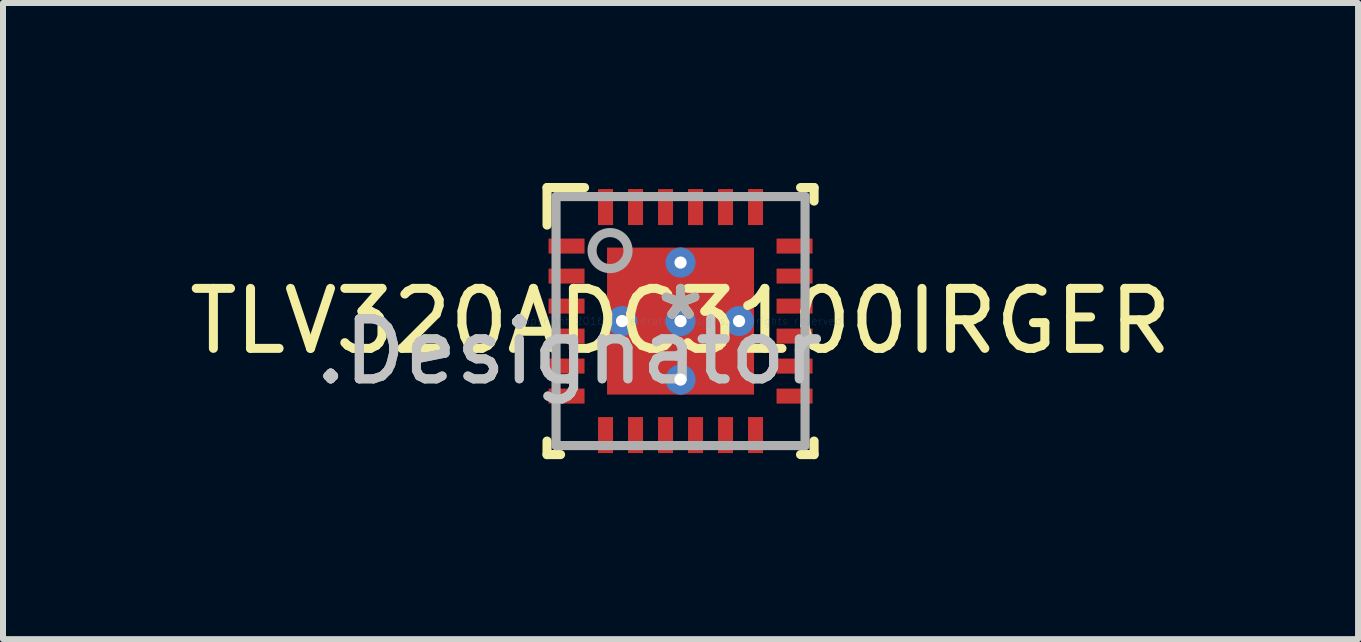
<source format=kicad_pcb>
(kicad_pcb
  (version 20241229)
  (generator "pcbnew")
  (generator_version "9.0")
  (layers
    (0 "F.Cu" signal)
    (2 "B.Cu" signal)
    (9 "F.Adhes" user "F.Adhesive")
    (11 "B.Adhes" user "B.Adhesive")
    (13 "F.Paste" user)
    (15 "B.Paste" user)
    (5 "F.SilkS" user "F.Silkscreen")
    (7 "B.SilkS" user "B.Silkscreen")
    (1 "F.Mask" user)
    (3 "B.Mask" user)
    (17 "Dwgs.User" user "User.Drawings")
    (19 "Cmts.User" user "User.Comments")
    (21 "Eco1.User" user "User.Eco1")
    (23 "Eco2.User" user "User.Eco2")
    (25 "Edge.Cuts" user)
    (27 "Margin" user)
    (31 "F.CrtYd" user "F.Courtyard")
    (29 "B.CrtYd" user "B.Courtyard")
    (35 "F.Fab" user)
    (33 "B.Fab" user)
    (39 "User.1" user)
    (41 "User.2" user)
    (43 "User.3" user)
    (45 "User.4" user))
  (footprint "TLV320ADC3100IRGER"
    (layer "F.Cu")
    (at 8.292 2.301)
    (property "Reference" "TLV320ADC3100IRGER" (at 0 0 0) (layer "F.SilkS") (effects (font (size 1 1) (thickness 0.15))))
    (attr through_hole)
    (fp_line (start -2.225 -2.225) (end -1.6 -2.225) (stroke (width 0.152) (type solid)) (layer "F.SilkS"))
    (fp_line (start -2.225 -1.6) (end -2.225 -2.225) (stroke (width 0.152) (type solid)) (layer "F.SilkS"))
    (fp_line (start -2.225 2.225) (end -2.225 2) (stroke (width 0.152) (type solid)) (layer "F.SilkS"))
    (fp_line (start -2.225 2.225) (end -2 2.225) (stroke (width 0.152) (type solid)) (layer "F.SilkS"))
    (fp_line (start 2 -2.225) (end 2.225 -2.225) (stroke (width 0.152) (type solid)) (layer "F.SilkS"))
    (fp_line (start 2 2.225) (end 2.225 2.225) (stroke (width 0.152) (type solid)) (layer "F.SilkS"))
    (fp_line (start 2.225 -2) (end 2.225 -2.225) (stroke (width 0.152) (type solid)) (layer "F.SilkS"))
    (fp_line (start 2.225 2.225) (end 2.225 2) (stroke (width 0.152) (type solid)) (layer "F.SilkS"))
    (fp_line (start -1.18 -1.131) (end -1.179 -1.141) (stroke (width 0.152) (type solid)) (layer "F.Paste"))
    (fp_line (start -1.18 -0.149) (end -1.18 -1.131) (stroke (width 0.152) (type solid)) (layer "F.Paste"))
    (fp_line (start -1.18 0.149) (end -1.179 0.139) (stroke (width 0.152) (type solid)) (layer "F.Paste"))
    (fp_line (start -1.18 1.131) (end -1.18 0.149) (stroke (width 0.152) (type solid)) (layer "F.Paste"))
    (fp_line (start -1.179 -1.141) (end -1.176 -1.15) (stroke (width 0.152) (type solid)) (layer "F.Paste"))
    (fp_line (start -1.179 -0.139) (end -1.18 -0.149) (stroke (width 0.152) (type solid)) (layer "F.Paste"))
    (fp_line (start -1.179 0.139) (end -1.176 0.13) (stroke (width 0.152) (type solid)) (layer "F.Paste"))
    (fp_line (start -1.179 1.141) (end -1.18 1.131) (stroke (width 0.152) (type solid)) (layer "F.Paste"))
    (fp_line (start -1.176 -1.15) (end -1.172 -1.158) (stroke (width 0.152) (type solid)) (layer "F.Paste"))
    (fp_line (start -1.176 -0.13) (end -1.179 -0.139) (stroke (width 0.152) (type solid)) (layer "F.Paste"))
    (fp_line (start -1.176 0.13) (end -1.172 0.122) (stroke (width 0.152) (type solid)) (layer "F.Paste"))
    (fp_line (start -1.176 1.15) (end -1.179 1.141) (stroke (width 0.152) (type solid)) (layer "F.Paste"))
    (fp_line (start -1.172 -1.158) (end -1.166 -1.166) (stroke (width 0.152) (type solid)) (layer "F.Paste"))
    (fp_line (start -1.172 -0.122) (end -1.176 -0.13) (stroke (width 0.152) (type solid)) (layer "F.Paste"))
    (fp_line (start -1.172 0.122) (end -1.166 0.114) (stroke (width 0.152) (type solid)) (layer "F.Paste"))
    (fp_line (start -1.172 1.158) (end -1.176 1.15) (stroke (width 0.152) (type solid)) (layer "F.Paste"))
    (fp_line (start -1.166 -1.166) (end -1.158 -1.172) (stroke (width 0.152) (type solid)) (layer "F.Paste"))
    (fp_line (start -1.166 -0.114) (end -1.172 -0.122) (stroke (width 0.152) (type solid)) (layer "F.Paste"))
    (fp_line (start -1.166 0.114) (end -1.158 0.108) (stroke (width 0.152) (type solid)) (layer "F.Paste"))
    (fp_line (start -1.166 1.166) (end -1.172 1.158) (stroke (width 0.152) (type solid)) (layer "F.Paste"))
    (fp_line (start -1.158 -1.172) (end -1.15 -1.176) (stroke (width 0.152) (type solid)) (layer "F.Paste"))
    (fp_line (start -1.158 -0.108) (end -1.166 -0.114) (stroke (width 0.152) (type solid)) (layer "F.Paste"))
    (fp_line (start -1.158 0.108) (end -1.15 0.104) (stroke (width 0.152) (type solid)) (layer "F.Paste"))
    (fp_line (start -1.158 1.172) (end -1.166 1.166) (stroke (width 0.152) (type solid)) (layer "F.Paste"))
    (fp_line (start -1.15 -1.176) (end -1.141 -1.179) (stroke (width 0.152) (type solid)) (layer "F.Paste"))
    (fp_line (start -1.15 -0.104) (end -1.158 -0.108) (stroke (width 0.152) (type solid)) (layer "F.Paste"))
    (fp_line (start -1.15 0.104) (end -1.141 0.101) (stroke (width 0.152) (type solid)) (layer "F.Paste"))
    (fp_line (start -1.15 1.176) (end -1.158 1.172) (stroke (width 0.152) (type solid)) (layer "F.Paste"))
    (fp_line (start -1.141 -1.179) (end -1.131 -1.18) (stroke (width 0.152) (type solid)) (layer "F.Paste"))
    (fp_line (start -1.141 -0.101) (end -1.15 -0.104) (stroke (width 0.152) (type solid)) (layer "F.Paste"))
    (fp_line (start -1.141 0.101) (end -1.131 0.1) (stroke (width 0.152) (type solid)) (layer "F.Paste"))
    (fp_line (start -1.141 1.179) (end -1.15 1.176) (stroke (width 0.152) (type solid)) (layer "F.Paste"))
    (fp_line (start -1.131 -1.18) (end -0.149 -1.18) (stroke (width 0.152) (type solid)) (layer "F.Paste"))
    (fp_line (start -1.131 -0.1) (end -1.141 -0.101) (stroke (width 0.152) (type solid)) (layer "F.Paste"))
    (fp_line (start -1.131 0.1) (end -0.149 0.1) (stroke (width 0.152) (type solid)) (layer "F.Paste"))
    (fp_line (start -1.131 1.18) (end -1.141 1.179) (stroke (width 0.152) (type solid)) (layer "F.Paste"))
    (fp_line (start -0.149 -1.18) (end -0.139 -1.179) (stroke (width 0.152) (type solid)) (layer "F.Paste"))
    (fp_line (start -0.149 -0.1) (end -1.131 -0.1) (stroke (width 0.152) (type solid)) (layer "F.Paste"))
    (fp_line (start -0.149 0.1) (end -0.139 0.101) (stroke (width 0.152) (type solid)) (layer "F.Paste"))
    (fp_line (start -0.149 1.18) (end -1.131 1.18) (stroke (width 0.152) (type solid)) (layer "F.Paste"))
    (fp_line (start -0.139 -1.179) (end -0.13 -1.176) (stroke (width 0.152) (type solid)) (layer "F.Paste"))
    (fp_line (start -0.139 -0.101) (end -0.149 -0.1) (stroke (width 0.152) (type solid)) (layer "F.Paste"))
    (fp_line (start -0.139 0.101) (end -0.13 0.104) (stroke (width 0.152) (type solid)) (layer "F.Paste"))
    (fp_line (start -0.139 1.179) (end -0.149 1.18) (stroke (width 0.152) (type solid)) (layer "F.Paste"))
    (fp_line (start -0.13 -1.176) (end -0.122 -1.172) (stroke (width 0.152) (type solid)) (layer "F.Paste"))
    (fp_line (start -0.13 -0.104) (end -0.139 -0.101) (stroke (width 0.152) (type solid)) (layer "F.Paste"))
    (fp_line (start -0.13 0.104) (end -0.122 0.108) (stroke (width 0.152) (type solid)) (layer "F.Paste"))
    (fp_line (start -0.13 1.176) (end -0.139 1.179) (stroke (width 0.152) (type solid)) (layer "F.Paste"))
    (fp_line (start -0.122 -1.172) (end -0.114 -1.166) (stroke (width 0.152) (type solid)) (layer "F.Paste"))
    (fp_line (start -0.122 -0.108) (end -0.13 -0.104) (stroke (width 0.152) (type solid)) (layer "F.Paste"))
    (fp_line (start -0.122 0.108) (end -0.114 0.114) (stroke (width 0.152) (type solid)) (layer "F.Paste"))
    (fp_line (start -0.122 1.172) (end -0.13 1.176) (stroke (width 0.152) (type solid)) (layer "F.Paste"))
    (fp_line (start -0.114 -1.166) (end -0.108 -1.158) (stroke (width 0.152) (type solid)) (layer "F.Paste"))
    (fp_line (start -0.114 -0.114) (end -0.122 -0.108) (stroke (width 0.152) (type solid)) (layer "F.Paste"))
    (fp_line (start -0.114 0.114) (end -0.108 0.122) (stroke (width 0.152) (type solid)) (layer "F.Paste"))
    (fp_line (start -0.114 1.166) (end -0.122 1.172) (stroke (width 0.152) (type solid)) (layer "F.Paste"))
    (fp_line (start -0.108 -1.158) (end -0.104 -1.15) (stroke (width 0.152) (type solid)) (layer "F.Paste"))
    (fp_line (start -0.108 -0.122) (end -0.114 -0.114) (stroke (width 0.152) (type solid)) (layer "F.Paste"))
    (fp_line (start -0.108 0.122) (end -0.104 0.13) (stroke (width 0.152) (type solid)) (layer "F.Paste"))
    (fp_line (start -0.108 1.158) (end -0.114 1.166) (stroke (width 0.152) (type solid)) (layer "F.Paste"))
    (fp_line (start -0.104 -1.15) (end -0.101 -1.141) (stroke (width 0.152) (type solid)) (layer "F.Paste"))
    (fp_line (start -0.104 -0.13) (end -0.108 -0.122) (stroke (width 0.152) (type solid)) (layer "F.Paste"))
    (fp_line (start -0.104 0.13) (end -0.101 0.139) (stroke (width 0.152) (type solid)) (layer "F.Paste"))
    (fp_line (start -0.104 1.15) (end -0.108 1.158) (stroke (width 0.152) (type solid)) (layer "F.Paste"))
    (fp_line (start -0.101 -1.141) (end -0.1 -1.131) (stroke (width 0.152) (type solid)) (layer "F.Paste"))
    (fp_line (start -0.101 -0.139) (end -0.104 -0.13) (stroke (width 0.152) (type solid)) (layer "F.Paste"))
    (fp_line (start -0.101 0.139) (end -0.1 0.149) (stroke (width 0.152) (type solid)) (layer "F.Paste"))
    (fp_line (start -0.101 1.141) (end -0.104 1.15) (stroke (width 0.152) (type solid)) (layer "F.Paste"))
    (fp_line (start -0.1 -1.131) (end -0.1 -0.149) (stroke (width 0.152) (type solid)) (layer "F.Paste"))
    (fp_line (start -0.1 -0.149) (end -0.101 -0.139) (stroke (width 0.152) (type solid)) (layer "F.Paste"))
    (fp_line (start -0.1 0.149) (end -0.1 1.131) (stroke (width 0.152) (type solid)) (layer "F.Paste"))
    (fp_line (start -0.1 1.131) (end -0.101 1.141) (stroke (width 0.152) (type solid)) (layer "F.Paste"))
    (fp_line (start 0.1 -1.131) (end 0.101 -1.141) (stroke (width 0.152) (type solid)) (layer "F.Paste"))
    (fp_line (start 0.1 -0.149) (end 0.1 -1.131) (stroke (width 0.152) (type solid)) (layer "F.Paste"))
    (fp_line (start 0.1 0.149) (end 0.101 0.139) (stroke (width 0.152) (type solid)) (layer "F.Paste"))
    (fp_line (start 0.1 1.131) (end 0.1 0.149) (stroke (width 0.152) (type solid)) (layer "F.Paste"))
    (fp_line (start 0.101 -1.141) (end 0.104 -1.15) (stroke (width 0.152) (type solid)) (layer "F.Paste"))
    (fp_line (start 0.101 -0.139) (end 0.1 -0.149) (stroke (width 0.152) (type solid)) (layer "F.Paste"))
    (fp_line (start 0.101 0.139) (end 0.104 0.13) (stroke (width 0.152) (type solid)) (layer "F.Paste"))
    (fp_line (start 0.101 1.141) (end 0.1 1.131) (stroke (width 0.152) (type solid)) (layer "F.Paste"))
    (fp_line (start 0.104 -1.15) (end 0.108 -1.158) (stroke (width 0.152) (type solid)) (layer "F.Paste"))
    (fp_line (start 0.104 -0.13) (end 0.101 -0.139) (stroke (width 0.152) (type solid)) (layer "F.Paste"))
    (fp_line (start 0.104 0.13) (end 0.108 0.122) (stroke (width 0.152) (type solid)) (layer "F.Paste"))
    (fp_line (start 0.104 1.15) (end 0.101 1.141) (stroke (width 0.152) (type solid)) (layer "F.Paste"))
    (fp_line (start 0.108 -1.158) (end 0.114 -1.166) (stroke (width 0.152) (type solid)) (layer "F.Paste"))
    (fp_line (start 0.108 -0.122) (end 0.104 -0.13) (stroke (width 0.152) (type solid)) (layer "F.Paste"))
    (fp_line (start 0.108 0.122) (end 0.114 0.114) (stroke (width 0.152) (type solid)) (layer "F.Paste"))
    (fp_line (start 0.108 1.158) (end 0.104 1.15) (stroke (width 0.152) (type solid)) (layer "F.Paste"))
    (fp_line (start 0.114 -1.166) (end 0.122 -1.172) (stroke (width 0.152) (type solid)) (layer "F.Paste"))
    (fp_line (start 0.114 -0.114) (end 0.108 -0.122) (stroke (width 0.152) (type solid)) (layer "F.Paste"))
    (fp_line (start 0.114 0.114) (end 0.122 0.108) (stroke (width 0.152) (type solid)) (layer "F.Paste"))
    (fp_line (start 0.114 1.166) (end 0.108 1.158) (stroke (width 0.152) (type solid)) (layer "F.Paste"))
    (fp_line (start 0.122 -1.172) (end 0.13 -1.176) (stroke (width 0.152) (type solid)) (layer "F.Paste"))
    (fp_line (start 0.122 -0.108) (end 0.114 -0.114) (stroke (width 0.152) (type solid)) (layer "F.Paste"))
    (fp_line (start 0.122 0.108) (end 0.13 0.104) (stroke (width 0.152) (type solid)) (layer "F.Paste"))
    (fp_line (start 0.122 1.172) (end 0.114 1.166) (stroke (width 0.152) (type solid)) (layer "F.Paste"))
    (fp_line (start 0.13 -1.176) (end 0.139 -1.179) (stroke (width 0.152) (type solid)) (layer "F.Paste"))
    (fp_line (start 0.13 -0.104) (end 0.122 -0.108) (stroke (width 0.152) (type solid)) (layer "F.Paste"))
    (fp_line (start 0.13 0.104) (end 0.139 0.101) (stroke (width 0.152) (type solid)) (layer "F.Paste"))
    (fp_line (start 0.13 1.176) (end 0.122 1.172) (stroke (width 0.152) (type solid)) (layer "F.Paste"))
    (fp_line (start 0.139 -1.179) (end 0.149 -1.18) (stroke (width 0.152) (type solid)) (layer "F.Paste"))
    (fp_line (start 0.139 -0.101) (end 0.13 -0.104) (stroke (width 0.152) (type solid)) (layer "F.Paste"))
    (fp_line (start 0.139 0.101) (end 0.149 0.1) (stroke (width 0.152) (type solid)) (layer "F.Paste"))
    (fp_line (start 0.139 1.179) (end 0.13 1.176) (stroke (width 0.152) (type solid)) (layer "F.Paste"))
    (fp_line (start 0.149 -1.18) (end 1.131 -1.18) (stroke (width 0.152) (type solid)) (layer "F.Paste"))
    (fp_line (start 0.149 -0.1) (end 0.139 -0.101) (stroke (width 0.152) (type solid)) (layer "F.Paste"))
    (fp_line (start 0.149 0.1) (end 1.131 0.1) (stroke (width 0.152) (type solid)) (layer "F.Paste"))
    (fp_line (start 0.149 1.18) (end 0.139 1.179) (stroke (width 0.152) (type solid)) (layer "F.Paste"))
    (fp_line (start 1.131 -1.18) (end 1.141 -1.179) (stroke (width 0.152) (type solid)) (layer "F.Paste"))
    (fp_line (start 1.131 -0.1) (end 0.149 -0.1) (stroke (width 0.152) (type solid)) (layer "F.Paste"))
    (fp_line (start 1.131 0.1) (end 1.141 0.101) (stroke (width 0.152) (type solid)) (layer "F.Paste"))
    (fp_line (start 1.131 1.18) (end 0.149 1.18) (stroke (width 0.152) (type solid)) (layer "F.Paste"))
    (fp_line (start 1.141 -1.179) (end 1.15 -1.176) (stroke (width 0.152) (type solid)) (layer "F.Paste"))
    (fp_line (start 1.141 -0.101) (end 1.131 -0.1) (stroke (width 0.152) (type solid)) (layer "F.Paste"))
    (fp_line (start 1.141 0.101) (end 1.15 0.104) (stroke (width 0.152) (type solid)) (layer "F.Paste"))
    (fp_line (start 1.141 1.179) (end 1.131 1.18) (stroke (width 0.152) (type solid)) (layer "F.Paste"))
    (fp_line (start 1.15 -1.176) (end 1.158 -1.172) (stroke (width 0.152) (type solid)) (layer "F.Paste"))
    (fp_line (start 1.15 -0.104) (end 1.141 -0.101) (stroke (width 0.152) (type solid)) (layer "F.Paste"))
    (fp_line (start 1.15 0.104) (end 1.158 0.108) (stroke (width 0.152) (type solid)) (layer "F.Paste"))
    (fp_line (start 1.15 1.176) (end 1.141 1.179) (stroke (width 0.152) (type solid)) (layer "F.Paste"))
    (fp_line (start 1.158 -1.172) (end 1.166 -1.166) (stroke (width 0.152) (type solid)) (layer "F.Paste"))
    (fp_line (start 1.158 -0.108) (end 1.15 -0.104) (stroke (width 0.152) (type solid)) (layer "F.Paste"))
    (fp_line (start 1.158 0.108) (end 1.166 0.114) (stroke (width 0.152) (type solid)) (layer "F.Paste"))
    (fp_line (start 1.158 1.172) (end 1.15 1.176) (stroke (width 0.152) (type solid)) (layer "F.Paste"))
    (fp_line (start 1.166 -1.166) (end 1.172 -1.158) (stroke (width 0.152) (type solid)) (layer "F.Paste"))
    (fp_line (start 1.166 -0.114) (end 1.158 -0.108) (stroke (width 0.152) (type solid)) (layer "F.Paste"))
    (fp_line (start 1.166 0.114) (end 1.172 0.122) (stroke (width 0.152) (type solid)) (layer "F.Paste"))
    (fp_line (start 1.166 1.166) (end 1.158 1.172) (stroke (width 0.152) (type solid)) (layer "F.Paste"))
    (fp_line (start 1.172 -1.158) (end 1.176 -1.15) (stroke (width 0.152) (type solid)) (layer "F.Paste"))
    (fp_line (start 1.172 -0.122) (end 1.166 -0.114) (stroke (width 0.152) (type solid)) (layer "F.Paste"))
    (fp_line (start 1.172 0.122) (end 1.176 0.13) (stroke (width 0.152) (type solid)) (layer "F.Paste"))
    (fp_line (start 1.172 1.158) (end 1.166 1.166) (stroke (width 0.152) (type solid)) (layer "F.Paste"))
    (fp_line (start 1.176 -1.15) (end 1.179 -1.141) (stroke (width 0.152) (type solid)) (layer "F.Paste"))
    (fp_line (start 1.176 -0.13) (end 1.172 -0.122) (stroke (width 0.152) (type solid)) (layer "F.Paste"))
    (fp_line (start 1.176 0.13) (end 1.179 0.139) (stroke (width 0.152) (type solid)) (layer "F.Paste"))
    (fp_line (start 1.176 1.15) (end 1.172 1.158) (stroke (width 0.152) (type solid)) (layer "F.Paste"))
    (fp_line (start 1.179 -1.141) (end 1.18 -1.131) (stroke (width 0.152) (type solid)) (layer "F.Paste"))
    (fp_line (start 1.179 -0.139) (end 1.176 -0.13) (stroke (width 0.152) (type solid)) (layer "F.Paste"))
    (fp_line (start 1.179 0.139) (end 1.18 0.149) (stroke (width 0.152) (type solid)) (layer "F.Paste"))
    (fp_line (start 1.179 1.141) (end 1.176 1.15) (stroke (width 0.152) (type solid)) (layer "F.Paste"))
    (fp_line (start 1.18 -1.131) (end 1.18 -0.149) (stroke (width 0.152) (type solid)) (layer "F.Paste"))
    (fp_line (start 1.18 -0.149) (end 1.179 -0.139) (stroke (width 0.152) (type solid)) (layer "F.Paste"))
    (fp_line (start 1.18 0.149) (end 1.18 1.131) (stroke (width 0.152) (type solid)) (layer "F.Paste"))
    (fp_line (start 1.18 1.131) (end 1.179 1.141) (stroke (width 0.152) (type solid)) (layer "F.Paste"))
    (fp_line (start -2.075 -2.075) (end 2.075 -2.075) (stroke (width 0.152) (type solid)) (layer "F.Fab"))
    (fp_line (start -2.075 2.075) (end -2.075 -2.075) (stroke (width 0.152) (type solid)) (layer "F.Fab"))
    (fp_line (start -2.075 2.075) (end 2.075 2.075) (stroke (width 0.152) (type solid)) (layer "F.Fab"))
    (fp_line (start 2.075 2.075) (end 2.075 -2.075) (stroke (width 0.152) (type solid)) (layer "F.Fab"))
    (fp_circle (center -1.175 -1.175) (end -0.875 -1.175) (stroke (width 0.152) (type solid)) (fill no) (layer "F.Fab"))
    (fp_text user "*" (at 0 0 0) (layer "F.SilkS") (effects (font (size 1 1) (thickness 0.15))))
    (fp_text user ".Designator" (at -1.854 0.508 0) (layer "Dwgs.User") (effects (font (size 1 1) (thickness 0.15))))
    (fp_text user "Copyright 2016 Accelerated Designs. All rights reserved." (at 0 0 0) (layer "Cmts.User") (effects (font (size 0.127 0.127) (thickness 0.002))))
    (fp_text user "*" (at 0 0 0) (layer "F.Fab") (effects (font (size 1 1) (thickness 0.15))))
    (fp_text user ".Designator" (at -1.854 0.508 0) (layer "F.Fab") (effects (font (size 1 1) (thickness 0.15))))
    (pad "1" smd rect (at -1.9 -1.25 90) (size 0.25 0.6) (layers "F.Cu" "F.Mask" "F.Paste"))
    (pad "2" smd rect (at -1.9 -0.75 90) (size 0.25 0.6) (layers "F.Cu" "F.Mask" "F.Paste"))
    (pad "3" smd rect (at -1.9 -0.25 90) (size 0.25 0.6) (layers "F.Cu" "F.Mask" "F.Paste"))
    (pad "4" smd rect (at -1.9 0.25 90) (size 0.25 0.6) (layers "F.Cu" "F.Mask" "F.Paste"))
    (pad "5" smd rect (at -1.9 0.75 90) (size 0.25 0.6) (layers "F.Cu" "F.Mask" "F.Paste"))
    (pad "6" smd rect (at -1.9 1.25 90) (size 0.25 0.6) (layers "F.Cu" "F.Mask" "F.Paste"))
    (pad "7" smd rect (at -1.25 1.9) (size 0.25 0.6) (layers "F.Cu" "F.Mask" "F.Paste"))
    (pad "8" smd rect (at -0.75 1.9) (size 0.25 0.6) (layers "F.Cu" "F.Mask" "F.Paste"))
    (pad "9" smd rect (at -0.25 1.9) (size 0.25 0.6) (layers "F.Cu" "F.Mask" "F.Paste"))
    (pad "10" smd rect (at 0.25 1.9) (size 0.25 0.6) (layers "F.Cu" "F.Mask" "F.Paste"))
    (pad "11" smd rect (at 0.75 1.9) (size 0.25 0.6) (layers "F.Cu" "F.Mask" "F.Paste"))
    (pad "12" smd rect (at 1.25 1.9) (size 0.25 0.6) (layers "F.Cu" "F.Mask" "F.Paste"))
    (pad "13" smd rect (at 1.9 1.25 90) (size 0.25 0.6) (layers "F.Cu" "F.Mask" "F.Paste"))
    (pad "14" smd rect (at 1.9 0.75 90) (size 0.25 0.6) (layers "F.Cu" "F.Mask" "F.Paste"))
    (pad "15" smd rect (at 1.9 0.25 90) (size 0.25 0.6) (layers "F.Cu" "F.Mask" "F.Paste"))
    (pad "16" smd rect (at 1.9 -0.25 90) (size 0.25 0.6) (layers "F.Cu" "F.Mask" "F.Paste"))
    (pad "17" smd rect (at 1.9 -0.75 90) (size 0.25 0.6) (layers "F.Cu" "F.Mask" "F.Paste"))
    (pad "18" smd rect (at 1.9 -1.25 90) (size 0.25 0.6) (layers "F.Cu" "F.Mask" "F.Paste"))
    (pad "19" smd rect (at 1.25 -1.9) (size 0.25 0.6) (layers "F.Cu" "F.Mask" "F.Paste"))
    (pad "20" smd rect (at 0.75 -1.9) (size 0.25 0.6) (layers "F.Cu" "F.Mask" "F.Paste"))
    (pad "21" smd rect (at 0.25 -1.9) (size 0.25 0.6) (layers "F.Cu" "F.Mask" "F.Paste"))
    (pad "22" smd rect (at -0.25 -1.9) (size 0.25 0.6) (layers "F.Cu" "F.Mask" "F.Paste"))
    (pad "23" smd rect (at -0.75 -1.9) (size 0.25 0.6) (layers "F.Cu" "F.Mask" "F.Paste"))
    (pad "24" smd rect (at -1.25 -1.9) (size 0.25 0.6) (layers "F.Cu" "F.Mask" "F.Paste"))
    (pad "25" smd rect (at 0 0) (size 2.45 2.45) (layers "F.Cu" "F.Mask" "F.Paste"))
    (pad "V" thru_hole circle (at -0.975 0) (size 0.5 0.5) (drill 0.203) (layers "*.Cu" "*.Mask"))
    (pad "V" thru_hole circle (at 0 -0.975) (size 0.5 0.5) (drill 0.203) (layers "*.Cu" "*.Mask"))
    (pad "V" thru_hole circle (at 0 0) (size 0.5 0.5) (drill 0.203) (layers "*.Cu" "*.Mask"))
    (pad "V" thru_hole circle (at 0 0.975) (size 0.5 0.5) (drill 0.203) (layers "*.Cu" "*.Mask"))
    (pad "V" thru_hole circle (at 0.975 0) (size 0.5 0.5) (drill 0.203) (layers "*.Cu" "*.Mask")))
  (gr_rect
    (start -3 -3)
    (end 19.583 7.602)
    (stroke (width 0.1) (type default))
    (fill no)
    (layer "Edge.Cuts")))
</source>
